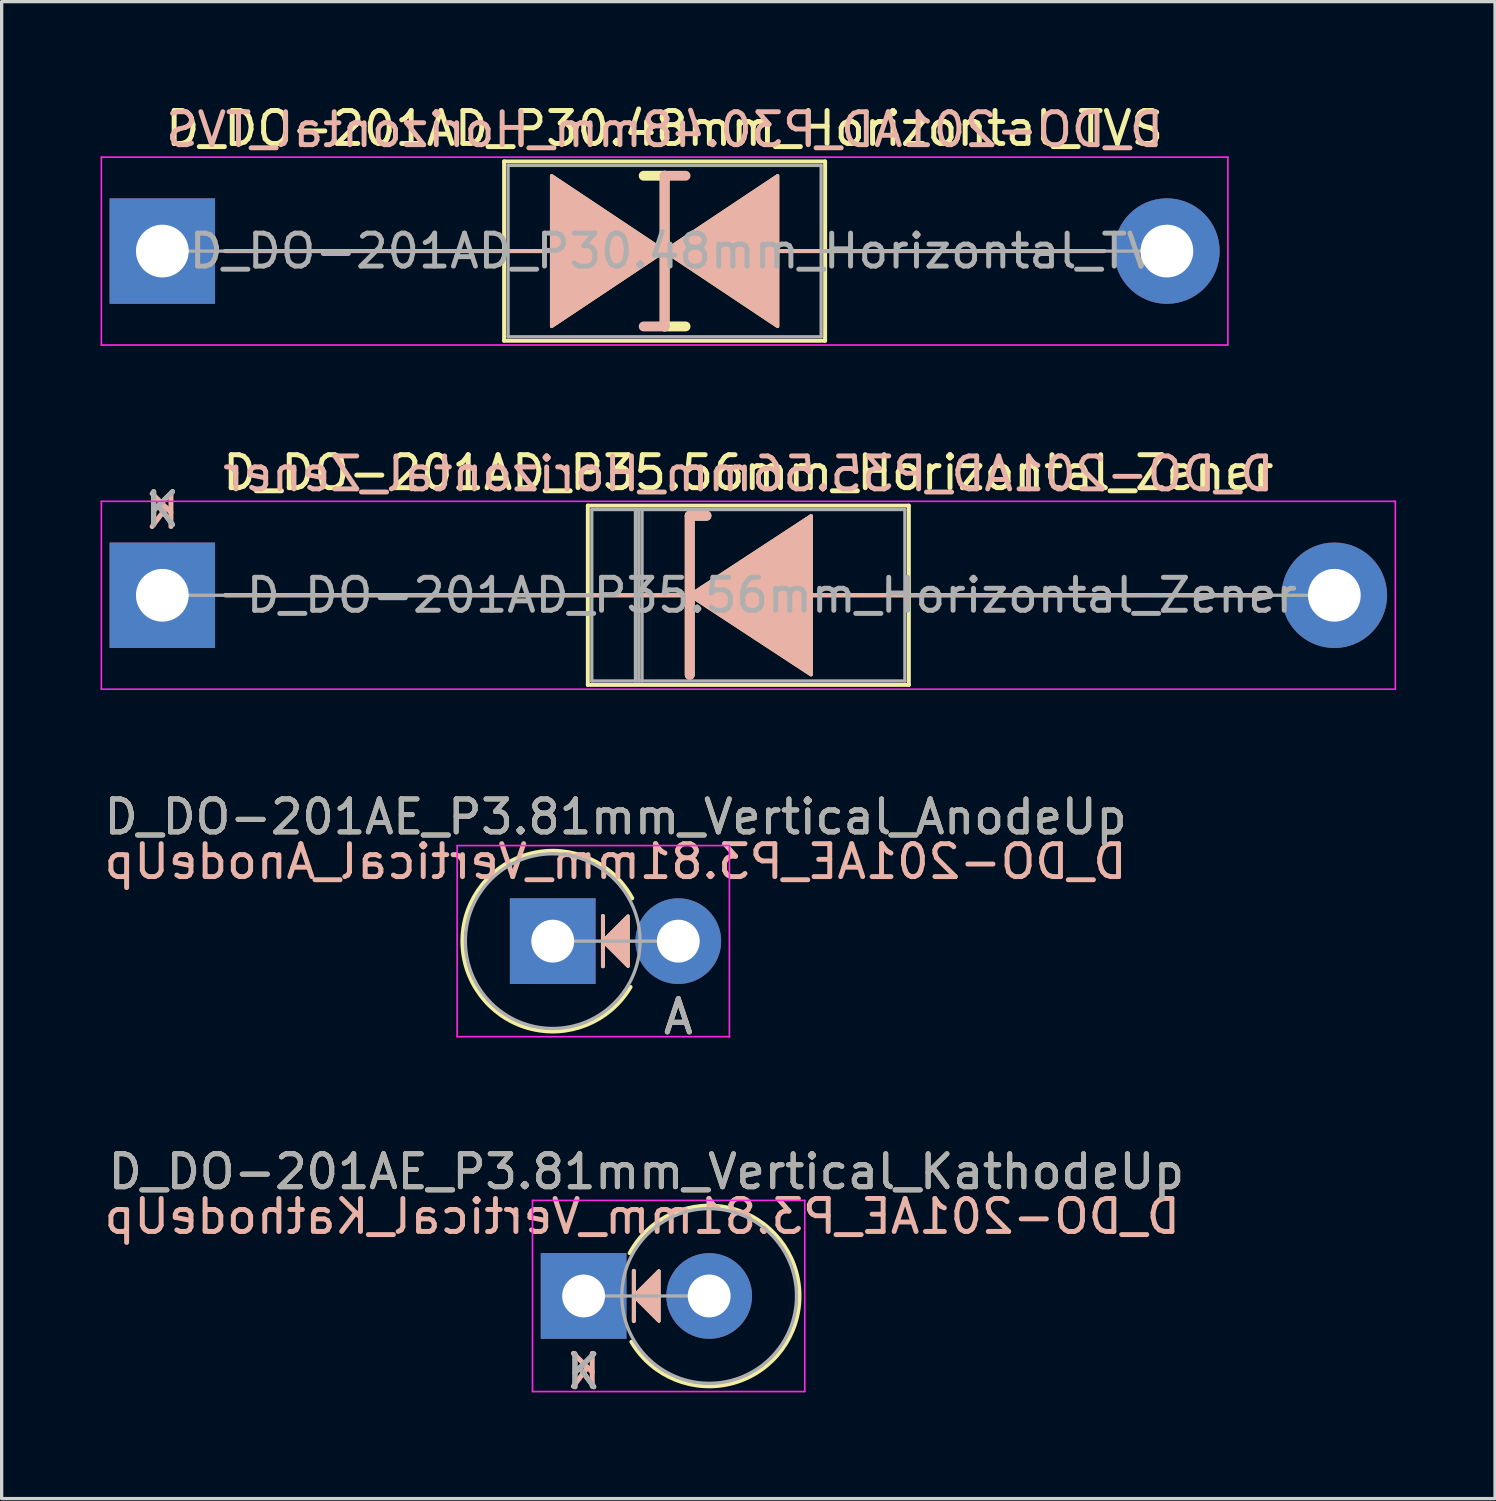
<source format=kicad_pcb>
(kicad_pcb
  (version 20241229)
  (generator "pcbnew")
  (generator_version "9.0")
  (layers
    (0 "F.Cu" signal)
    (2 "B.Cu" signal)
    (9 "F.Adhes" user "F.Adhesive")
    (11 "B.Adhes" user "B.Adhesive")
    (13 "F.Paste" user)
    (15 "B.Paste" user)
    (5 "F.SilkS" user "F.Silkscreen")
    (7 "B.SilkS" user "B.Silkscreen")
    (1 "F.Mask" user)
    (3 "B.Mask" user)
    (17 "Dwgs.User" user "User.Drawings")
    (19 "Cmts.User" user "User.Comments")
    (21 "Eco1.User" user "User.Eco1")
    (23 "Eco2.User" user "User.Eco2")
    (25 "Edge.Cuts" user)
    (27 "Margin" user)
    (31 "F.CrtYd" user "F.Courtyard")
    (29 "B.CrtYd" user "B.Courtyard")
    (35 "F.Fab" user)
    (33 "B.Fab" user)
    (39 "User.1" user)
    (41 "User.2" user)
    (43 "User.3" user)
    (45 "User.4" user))
  (footprint "D_DO-201AE_P3.81mm_Vertical_KathodeUp"
    (layer "F.Cu")
    (at 14.657 36.271)
    (property "Reference" "D_DO-201AE_P3.81mm_Vertical_KathodeUp" (at 1.905 -3.77 0) (layer "F.SilkS") (effects (font (size 1 1) (thickness 0.15))))
    (fp_line (start 1.524 -0.762) (end 1.524 0.762) (stroke (width 0.12) (type solid)) (layer "F.SilkS"))
    (fp_arc (start 1.396849 -1.3) (mid 6.55054 -0.052312) (end 1.448218 1.391144) (stroke (width 0.12) (type solid)) (layer "F.SilkS"))
    (fp_poly (pts (xy 2.286 0.762) (xy 1.524 0) (xy 2.286 -0.762)) (stroke (width 0.1) (type solid)) (fill yes) (layer "F.SilkS"))
    (fp_line (start 1.524 0.762) (end 1.524 -0.762) (stroke (width 0.12) (type solid)) (layer "B.SilkS"))
    (fp_poly (pts (xy 2.286 -0.762) (xy 1.524 0) (xy 2.286 0.762)) (stroke (width 0.1) (type solid)) (fill yes) (layer "B.SilkS"))
    (fp_line (start -1.55 -2.9) (end -1.55 2.9) (stroke (width 0.05) (type solid)) (layer "F.CrtYd"))
    (fp_line (start -1.55 2.9) (end 6.71 2.9) (stroke (width 0.05) (type solid)) (layer "F.CrtYd"))
    (fp_line (start 6.71 -2.9) (end -1.55 -2.9) (stroke (width 0.05) (type solid)) (layer "F.CrtYd"))
    (fp_line (start 6.71 2.9) (end 6.71 -2.9) (stroke (width 0.05) (type solid)) (layer "F.CrtYd"))
    (fp_line (start 0 0) (end 3.81 0) (stroke (width 0.1) (type solid)) (layer "F.Fab"))
    (fp_circle (center 3.81 0) (end 6.46 0) (stroke (width 0.1) (type solid)) (fill no) (layer "F.Fab"))
    (fp_text user "K" (at 0 2.3 0) (layer "F.SilkS") (effects (font (size 1 1) (thickness 0.15))))
    (fp_text user "${REFERENCE}" (at 1.778 -2.413 0) (layer "B.SilkS") (effects (font (size 1 1) (thickness 0.15)) (justify mirror)))
    (fp_text user "K" (at 0 2.286 0) (layer "B.SilkS") (effects (font (size 1 1) (thickness 0.15)) (justify mirror)))
    (fp_text user "${REFERENCE}" (at 1.905 -3.77 0) (layer "F.Fab") (effects (font (size 1 1) (thickness 0.15))))
    (fp_text user "K" (at 0 2.3 0) (layer "F.Fab") (effects (font (size 1 1) (thickness 0.15))))
    (pad "1" thru_hole rect (at 0 0) (size 2.6 2.6) (drill 1.3) (layers "*.Cu" "*.Mask"))
    (pad "2" thru_hole oval (at 3.81 0) (size 2.6 2.6) (drill 1.3) (layers "*.Cu" "*.Mask")))
  (footprint "D_DO-201AE_P3.81mm_Vertical_AnodeUp"
    (layer "F.Cu")
    (at 13.72 25.505)
    (property "Reference" "D_DO-201AE_P3.81mm_Vertical_AnodeUp" (at 1.905 -3.77 0) (layer "F.SilkS") (effects (font (size 1 1) (thickness 0.15))))
    (fp_line (start 1.524 -0.762) (end 1.524 0.762) (stroke (width 0.12) (type solid)) (layer "F.SilkS"))
    (fp_arc (start 2.361782 1.391144) (mid -2.74054 -0.052312) (end 2.413151 -1.3) (stroke (width 0.12) (type solid)) (layer "F.SilkS"))
    (fp_poly (pts (xy 2.286 0.762) (xy 1.524 0) (xy 2.286 -0.762)) (stroke (width 0.1) (type solid)) (fill yes) (layer "F.SilkS"))
    (fp_line (start 1.524 0.762) (end 1.524 -0.762) (stroke (width 0.12) (type solid)) (layer "B.SilkS"))
    (fp_poly (pts (xy 2.286 -0.762) (xy 1.524 0) (xy 2.286 0.762)) (stroke (width 0.1) (type solid)) (fill yes) (layer "B.SilkS"))
    (fp_line (start -2.9 -2.9) (end -2.9 2.9) (stroke (width 0.05) (type solid)) (layer "F.CrtYd"))
    (fp_line (start -2.9 2.9) (end 5.36 2.9) (stroke (width 0.05) (type solid)) (layer "F.CrtYd"))
    (fp_line (start 5.36 -2.9) (end -2.9 -2.9) (stroke (width 0.05) (type solid)) (layer "F.CrtYd"))
    (fp_line (start 5.36 2.9) (end 5.36 -2.9) (stroke (width 0.05) (type solid)) (layer "F.CrtYd"))
    (fp_line (start 0 0) (end 3.81 0) (stroke (width 0.1) (type solid)) (layer "F.Fab"))
    (fp_circle (center 0 0) (end 2.65 0) (stroke (width 0.1) (type solid)) (fill no) (layer "F.Fab"))
    (fp_text user "A" (at 3.81 2.3 0) (layer "F.SilkS") (effects (font (size 1 1) (thickness 0.15))))
    (fp_text user "A" (at 3.81 2.286 0) (layer "B.SilkS") (effects (font (size 1 1) (thickness 0.15)) (justify mirror)))
    (fp_text user "${REFERENCE}" (at 1.905 -2.413 0) (layer "B.SilkS") (effects (font (size 1 1) (thickness 0.15)) (justify mirror)))
    (fp_text user "${REFERENCE}" (at 1.905 -3.77 0) (layer "F.Fab") (effects (font (size 1 1) (thickness 0.15))))
    (fp_text user "A" (at 3.81 2.3 0) (layer "F.Fab") (effects (font (size 1 1) (thickness 0.15))))
    (pad "1" thru_hole rect (at 0 0) (size 2.6 2.6) (drill 1.3) (layers "*.Cu" "*.Mask"))
    (pad "2" thru_hole oval (at 3.81 0) (size 2.6 2.6) (drill 1.3) (layers "*.Cu" "*.Mask")))
  (footprint "D_DO-201AD_P30.48mm_Horizontal_TVS"
    (layer "F.Cu")
    (at 1.875 4.568)
    (property "Reference" "D_DO-201AD_P30.48mm_Horizontal_TVS" (at 15.24 -3.72 0) (layer "F.SilkS") (effects (font (size 1 1) (thickness 0.15))))
    (fp_line (start 1.905 0) (end 10.37 0) (stroke (width 0.12) (type solid)) (layer "F.SilkS"))
    (fp_line (start 10.37 -2.72) (end 10.37 2.72) (stroke (width 0.12) (type solid)) (layer "F.SilkS"))
    (fp_line (start 10.37 0) (end 11.811 0) (stroke (width 0.12) (type solid)) (layer "F.SilkS"))
    (fp_line (start 10.37 2.72) (end 20.11 2.72) (stroke (width 0.12) (type solid)) (layer "F.SilkS"))
    (fp_line (start 15.24 -2.286) (end 14.605 -2.286) (stroke (width 0.3) (type solid)) (layer "F.SilkS"))
    (fp_line (start 15.24 2.286) (end 15.24 -2.286) (stroke (width 0.3) (type solid)) (layer "F.SilkS"))
    (fp_line (start 15.875 2.286) (end 15.24 2.286) (stroke (width 0.3) (type solid)) (layer "F.SilkS"))
    (fp_line (start 18.669 0) (end 20.11 0) (stroke (width 0.12) (type solid)) (layer "F.SilkS"))
    (fp_line (start 20.11 -2.72) (end 10.37 -2.72) (stroke (width 0.12) (type solid)) (layer "F.SilkS"))
    (fp_line (start 20.11 2.72) (end 20.11 -2.72) (stroke (width 0.12) (type solid)) (layer "F.SilkS"))
    (fp_line (start 28.575 0) (end 20.11 0) (stroke (width 0.12) (type solid)) (layer "F.SilkS"))
    (fp_poly (pts (xy 15.24 0) (xy 11.811 2.286) (xy 11.811 -2.286)) (stroke (width 0.1) (type solid)) (fill yes) (layer "F.SilkS"))
    (fp_poly (pts (xy 15.24 0) (xy 18.669 -2.286) (xy 18.669 2.286)) (stroke (width 0.1) (type solid)) (fill yes) (layer "F.SilkS"))
    (fp_line (start 1.905 0) (end 10.37 0) (stroke (width 0.12) (type solid)) (layer "B.SilkS"))
    (fp_line (start 10.37 0) (end 11.811 0) (stroke (width 0.12) (type solid)) (layer "B.SilkS"))
    (fp_line (start 15.24 -2.286) (end 15.24 2.286) (stroke (width 0.3) (type solid)) (layer "B.SilkS"))
    (fp_line (start 15.24 2.286) (end 14.605 2.286) (stroke (width 0.3) (type solid)) (layer "B.SilkS"))
    (fp_line (start 15.875 -2.286) (end 15.24 -2.286) (stroke (width 0.3) (type solid)) (layer "B.SilkS"))
    (fp_line (start 18.669 0) (end 20.11 0) (stroke (width 0.12) (type solid)) (layer "B.SilkS"))
    (fp_line (start 28.575 0) (end 20.11 0) (stroke (width 0.12) (type solid)) (layer "B.SilkS"))
    (fp_poly (pts (xy 15.24 0) (xy 11.811 -2.286) (xy 11.811 2.286)) (stroke (width 0.1) (type solid)) (fill yes) (layer "B.SilkS"))
    (fp_poly (pts (xy 15.24 0) (xy 18.669 2.286) (xy 18.669 -2.286)) (stroke (width 0.1) (type solid)) (fill yes) (layer "B.SilkS"))
    (fp_line (start -1.85 -2.85) (end -1.85 2.85) (stroke (width 0.05) (type solid)) (layer "F.CrtYd"))
    (fp_line (start -1.85 2.85) (end 32.33 2.85) (stroke (width 0.05) (type solid)) (layer "F.CrtYd"))
    (fp_line (start 32.33 -2.85) (end -1.85 -2.85) (stroke (width 0.05) (type solid)) (layer "F.CrtYd"))
    (fp_line (start 32.33 2.85) (end 32.33 -2.85) (stroke (width 0.05) (type solid)) (layer "F.CrtYd"))
    (fp_line (start 0 0) (end 10.49 0) (stroke (width 0.1) (type solid)) (layer "F.Fab"))
    (fp_line (start 10.49 -2.6) (end 10.49 2.6) (stroke (width 0.1) (type solid)) (layer "F.Fab"))
    (fp_line (start 10.49 2.6) (end 19.99 2.6) (stroke (width 0.1) (type solid)) (layer "F.Fab"))
    (fp_line (start 19.99 -2.6) (end 10.49 -2.6) (stroke (width 0.1) (type solid)) (layer "F.Fab"))
    (fp_line (start 19.99 2.6) (end 19.99 -2.6) (stroke (width 0.1) (type solid)) (layer "F.Fab"))
    (fp_line (start 30.48 0) (end 19.99 0) (stroke (width 0.1) (type solid)) (layer "F.Fab"))
    (fp_text user "${REFERENCE}" (at 15.24 -3.683 0) (layer "B.SilkS") (effects (font (size 1 1) (thickness 0.15)) (justify mirror)))
    (fp_text user "${REFERENCE}" (at 15.953 0 0) (layer "F.Fab") (effects (font (size 1 1) (thickness 0.15))))
    (pad "1" thru_hole rect (at 0 0) (size 3.2 3.2) (drill 1.6) (layers "*.Cu" "*.Mask"))
    (pad "2" thru_hole oval (at 30.48 0) (size 3.2 3.2) (drill 1.6) (layers "*.Cu" "*.Mask")))
  (footprint "D_DO-201AD_P35.56mm_Horizontal_Zener"
    (layer "F.Cu")
    (at 1.875 15.011)
    (property "Reference" "D_DO-201AD_P35.56mm_Horizontal_Zener" (at 17.78 -3.72 0) (layer "F.SilkS") (effects (font (size 1 1) (thickness 0.15))))
    (fp_line (start 1.905 0) (end 12.91 0) (stroke (width 0.12) (type solid)) (layer "F.SilkS"))
    (fp_line (start 12.91 -2.72) (end 12.91 2.72) (stroke (width 0.12) (type solid)) (layer "F.SilkS"))
    (fp_line (start 12.91 2.72) (end 22.65 2.72) (stroke (width 0.12) (type solid)) (layer "F.SilkS"))
    (fp_line (start 15.875 0) (end 12.91 0) (stroke (width 0.12) (type solid)) (layer "F.SilkS"))
    (fp_line (start 16.002 -2.413) (end 16.002 2.413) (stroke (width 0.3) (type solid)) (layer "F.SilkS"))
    (fp_line (start 16.002 -2.413) (end 16.51 -2.413) (stroke (width 0.3) (type solid)) (layer "F.SilkS"))
    (fp_line (start 19.685 0) (end 22.65 0) (stroke (width 0.12) (type solid)) (layer "F.SilkS"))
    (fp_line (start 22.65 -2.72) (end 12.91 -2.72) (stroke (width 0.12) (type solid)) (layer "F.SilkS"))
    (fp_line (start 22.65 2.72) (end 22.65 -2.72) (stroke (width 0.12) (type solid)) (layer "F.SilkS"))
    (fp_line (start 33.655 0) (end 22.65 0) (stroke (width 0.12) (type solid)) (layer "F.SilkS"))
    (fp_poly (pts (xy 19.685 2.413) (xy 16.002 0) (xy 19.685 -2.413)) (stroke (width 0.1) (type solid)) (fill yes) (layer "F.SilkS"))
    (fp_line (start 1.905 0) (end 12.91 0) (stroke (width 0.12) (type solid)) (layer "B.SilkS"))
    (fp_line (start 15.875 0) (end 12.91 0) (stroke (width 0.12) (type solid)) (layer "B.SilkS"))
    (fp_line (start 16.002 -2.413) (end 16.51 -2.413) (stroke (width 0.3) (type solid)) (layer "B.SilkS"))
    (fp_line (start 16.002 2.413) (end 16.002 -2.413) (stroke (width 0.3) (type solid)) (layer "B.SilkS"))
    (fp_line (start 19.685 0) (end 22.65 0) (stroke (width 0.12) (type solid)) (layer "B.SilkS"))
    (fp_line (start 33.655 0) (end 22.65 0) (stroke (width 0.12) (type solid)) (layer "B.SilkS"))
    (fp_poly (pts (xy 19.685 -2.413) (xy 16.002 0) (xy 19.685 2.413)) (stroke (width 0.1) (type solid)) (fill yes) (layer "B.SilkS"))
    (fp_line (start -1.85 -2.85) (end -1.85 2.85) (stroke (width 0.05) (type solid)) (layer "F.CrtYd"))
    (fp_line (start -1.85 2.85) (end 37.41 2.85) (stroke (width 0.05) (type solid)) (layer "F.CrtYd"))
    (fp_line (start 37.41 -2.85) (end -1.85 -2.85) (stroke (width 0.05) (type solid)) (layer "F.CrtYd"))
    (fp_line (start 37.41 2.85) (end 37.41 -2.85) (stroke (width 0.05) (type solid)) (layer "F.CrtYd"))
    (fp_line (start 0 0) (end 13.03 0) (stroke (width 0.1) (type solid)) (layer "F.Fab"))
    (fp_line (start 13.03 -2.6) (end 13.03 2.6) (stroke (width 0.1) (type solid)) (layer "F.Fab"))
    (fp_line (start 13.03 2.6) (end 22.53 2.6) (stroke (width 0.1) (type solid)) (layer "F.Fab"))
    (fp_line (start 14.355 -2.6) (end 14.355 2.6) (stroke (width 0.1) (type solid)) (layer "F.Fab"))
    (fp_line (start 14.455 -2.6) (end 14.455 2.6) (stroke (width 0.1) (type solid)) (layer "F.Fab"))
    (fp_line (start 14.555 -2.6) (end 14.555 2.6) (stroke (width 0.1) (type solid)) (layer "F.Fab"))
    (fp_line (start 22.53 -2.6) (end 13.03 -2.6) (stroke (width 0.1) (type solid)) (layer "F.Fab"))
    (fp_line (start 22.53 2.6) (end 22.53 -2.6) (stroke (width 0.1) (type solid)) (layer "F.Fab"))
    (fp_line (start 35.56 0) (end 22.53 0) (stroke (width 0.1) (type solid)) (layer "F.Fab"))
    (fp_text user "K" (at 0 -2.6 0) (layer "F.SilkS") (effects (font (size 1 1) (thickness 0.15))))
    (fp_text user "K" (at 0 -2.54 0) (layer "B.SilkS") (effects (font (size 1 1) (thickness 0.15)) (justify mirror)))
    (fp_text user "${REFERENCE}" (at 17.78 -3.683 0) (layer "B.SilkS") (effects (font (size 1 1) (thickness 0.15)) (justify mirror)))
    (fp_text user "${REFERENCE}" (at 18.492 0 0) (layer "F.Fab") (effects (font (size 1 1) (thickness 0.15))))
    (fp_text user "K" (at 0 -2.6 0) (layer "F.Fab") (effects (font (size 1 1) (thickness 0.15))))
    (pad "1" thru_hole rect (at 0 0) (size 3.2 3.2) (drill 1.6) (layers "*.Cu" "*.Mask"))
    (pad "2" thru_hole oval (at 35.56 0) (size 3.2 3.2) (drill 1.6) (layers "*.Cu" "*.Mask")))
  (gr_rect
    (start -3 -3)
    (end 42.31 42.419)
    (stroke (width 0.1) (type default))
    (fill no)
    (layer "Edge.Cuts")))
</source>
